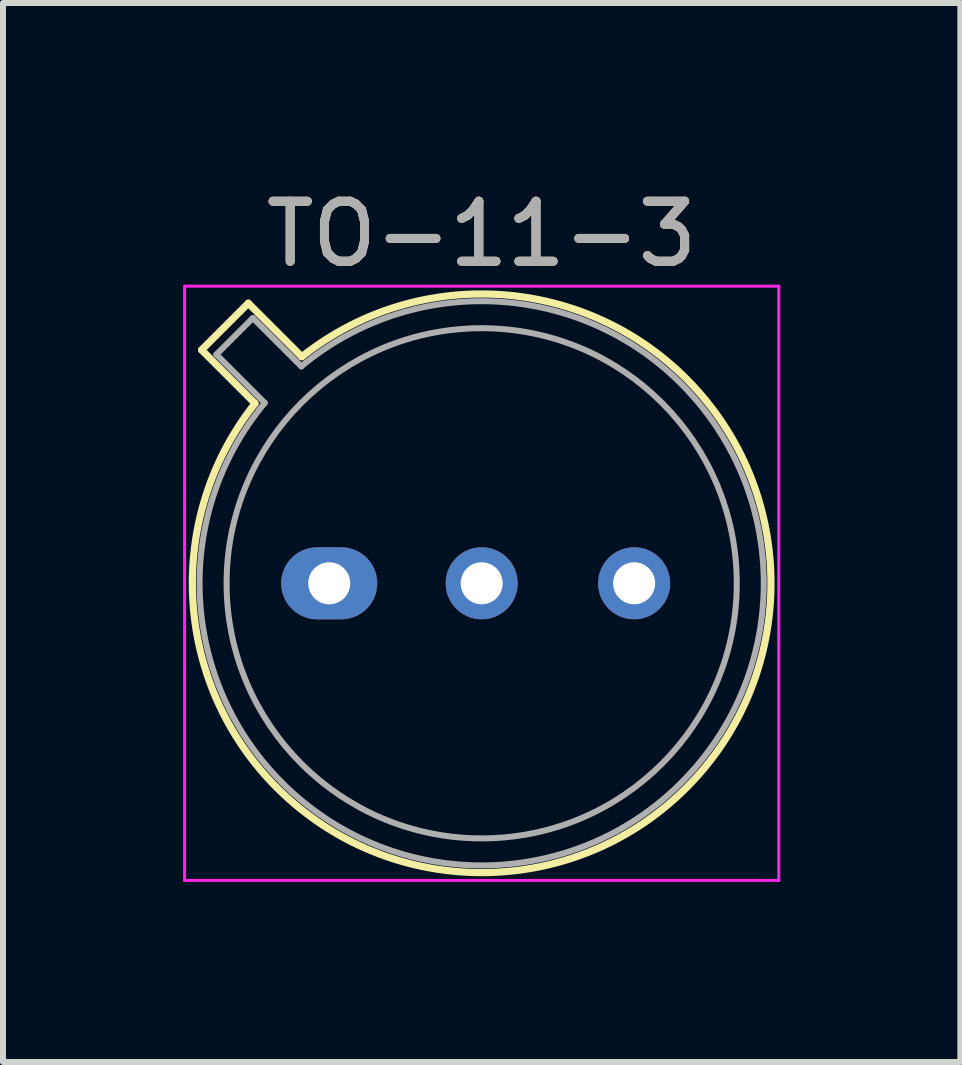
<source format=kicad_pcb>
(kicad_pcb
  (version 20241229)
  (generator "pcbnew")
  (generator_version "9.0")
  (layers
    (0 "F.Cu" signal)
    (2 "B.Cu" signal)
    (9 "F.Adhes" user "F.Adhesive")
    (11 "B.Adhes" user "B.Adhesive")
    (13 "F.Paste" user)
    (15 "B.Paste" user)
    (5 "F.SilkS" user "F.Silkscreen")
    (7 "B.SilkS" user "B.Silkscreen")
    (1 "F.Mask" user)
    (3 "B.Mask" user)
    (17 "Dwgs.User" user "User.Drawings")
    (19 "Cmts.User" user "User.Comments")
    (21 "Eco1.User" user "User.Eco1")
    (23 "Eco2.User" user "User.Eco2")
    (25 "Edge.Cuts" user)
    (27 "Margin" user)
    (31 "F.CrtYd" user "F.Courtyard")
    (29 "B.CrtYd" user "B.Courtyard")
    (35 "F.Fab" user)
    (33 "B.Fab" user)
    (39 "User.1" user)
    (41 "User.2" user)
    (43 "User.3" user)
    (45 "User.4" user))
  (footprint "TO-11-3"
    (layer "F.Cu")
    (at 2.435 6.668)
    (property "Reference" "TO-11-3" (at 2.54 -5.82 0) (layer "F.SilkS") (effects (font (size 1 1) (thickness 0.15))))
    (attr through_hole)
    (fp_line (start -2.126 -3.888) (end -1.235 -2.997) (stroke (width 0.12) (type solid)) (layer "F.SilkS"))
    (fp_line (start -1.348 -4.666) (end -2.126 -3.888) (stroke (width 0.12) (type solid)) (layer "F.SilkS"))
    (fp_line (start -0.457 -3.775) (end -1.348 -4.666) (stroke (width 0.12) (type solid)) (layer "F.SilkS"))
    (fp_arc (start -0.457084 -3.774902) (mid 5.948125 3.408384) (end -1.234674 -2.997371) (stroke (width 0.12) (type solid)) (layer "F.SilkS"))
    (fp_line (start -2.41 -4.95) (end -2.41 4.95) (stroke (width 0.05) (type solid)) (layer "F.CrtYd"))
    (fp_line (start -2.41 4.95) (end 7.49 4.95) (stroke (width 0.05) (type solid)) (layer "F.CrtYd"))
    (fp_line (start 7.49 -4.95) (end -2.41 -4.95) (stroke (width 0.05) (type solid)) (layer "F.CrtYd"))
    (fp_line (start 7.49 4.95) (end 7.49 -4.95) (stroke (width 0.05) (type solid)) (layer "F.CrtYd"))
    (fp_line (start -1.88 -3.812) (end -1.074 -3.005) (stroke (width 0.1) (type solid)) (layer "F.Fab"))
    (fp_line (start -1.272 -4.42) (end -1.88 -3.812) (stroke (width 0.1) (type solid)) (layer "F.Fab"))
    (fp_line (start -0.465 -3.614) (end -1.272 -4.42) (stroke (width 0.1) (type solid)) (layer "F.Fab"))
    (fp_arc (start -0.465408 -3.61352) (mid 5.863443 3.323361) (end -1.073594 -3.005319) (stroke (width 0.1) (type solid)) (layer "F.Fab"))
    (fp_circle (center 2.54 0) (end 6.79 0) (stroke (width 0.1) (type solid)) (fill no) (layer "F.Fab"))
    (fp_text user "${REFERENCE}" (at 2.54 -5.82 0) (layer "F.Fab") (effects (font (size 1 1) (thickness 0.15))))
    (pad "1" thru_hole oval (at 0 0) (size 1.6 1.2) (drill 0.7) (layers "*.Cu" "*.Mask"))
    (pad "2" thru_hole oval (at 2.54 0) (size 1.2 1.2) (drill 0.7) (layers "*.Cu" "*.Mask"))
    (pad "3" thru_hole oval (at 5.08 0) (size 1.2 1.2) (drill 0.7) (layers "*.Cu" "*.Mask")))
  (gr_rect
    (start -3 -3)
    (end 12.95 14.643)
    (stroke (width 0.1) (type default))
    (fill no)
    (layer "Edge.Cuts")))
</source>
